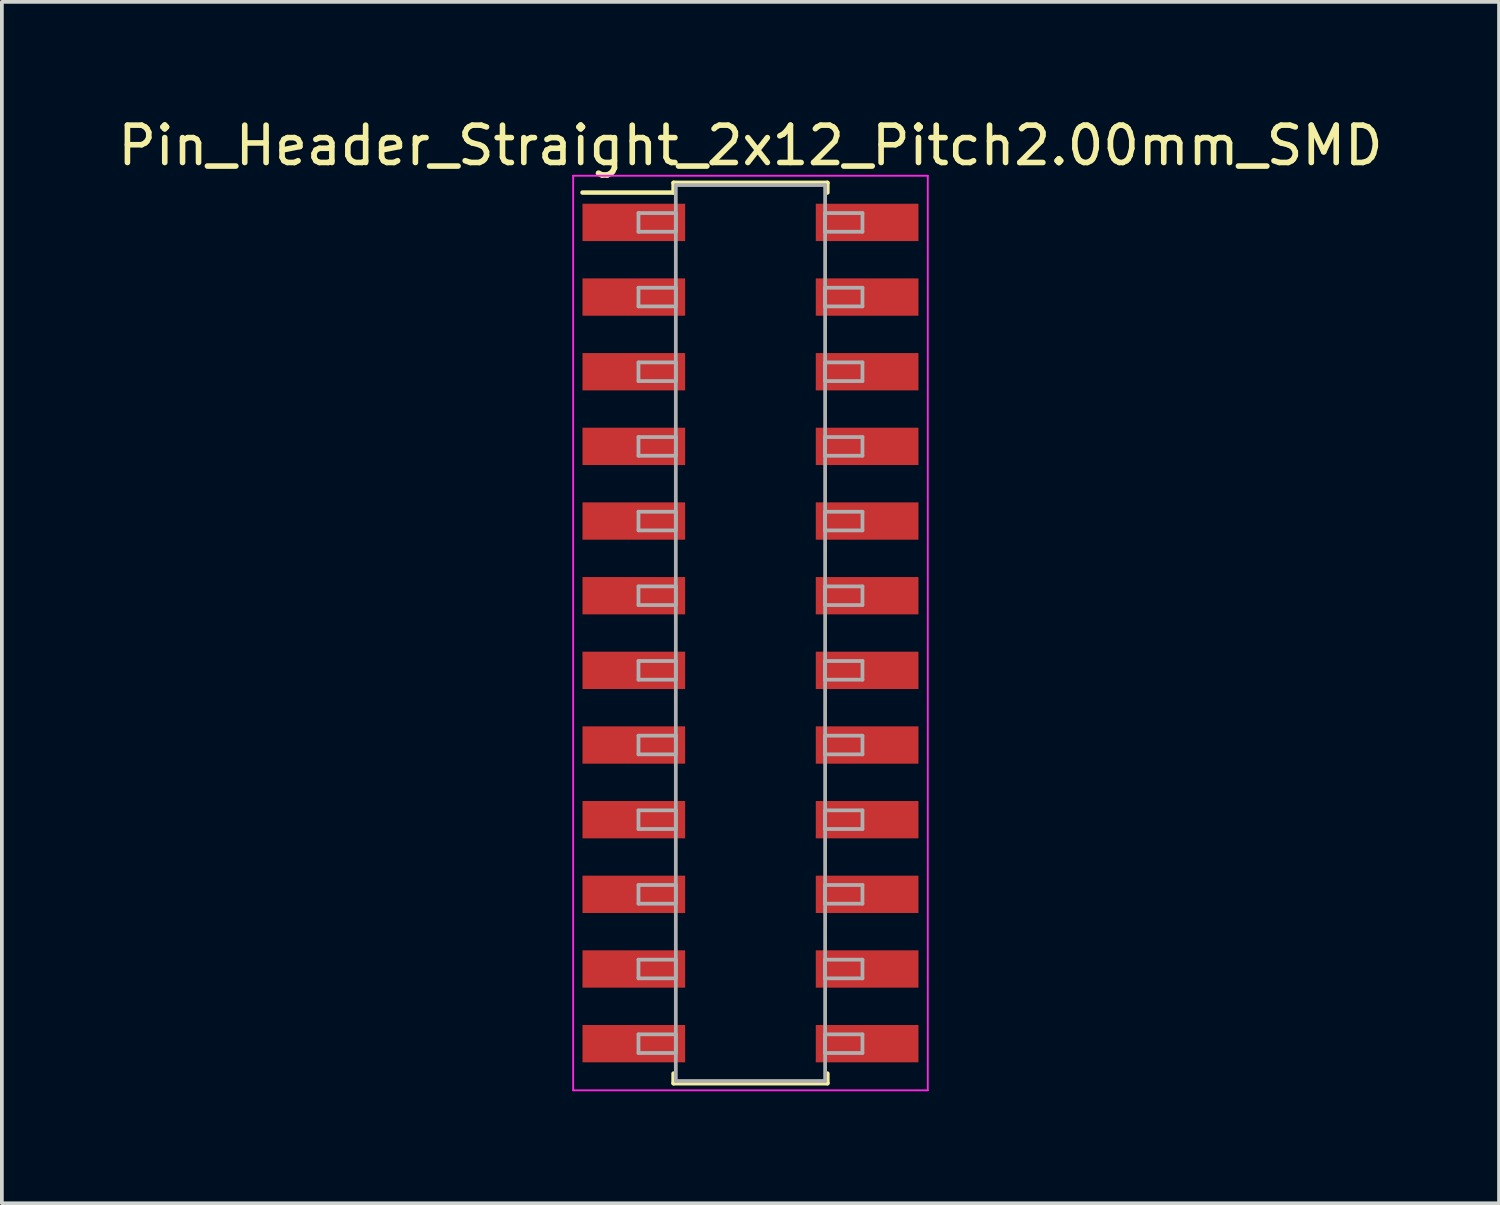
<source format=kicad_pcb>
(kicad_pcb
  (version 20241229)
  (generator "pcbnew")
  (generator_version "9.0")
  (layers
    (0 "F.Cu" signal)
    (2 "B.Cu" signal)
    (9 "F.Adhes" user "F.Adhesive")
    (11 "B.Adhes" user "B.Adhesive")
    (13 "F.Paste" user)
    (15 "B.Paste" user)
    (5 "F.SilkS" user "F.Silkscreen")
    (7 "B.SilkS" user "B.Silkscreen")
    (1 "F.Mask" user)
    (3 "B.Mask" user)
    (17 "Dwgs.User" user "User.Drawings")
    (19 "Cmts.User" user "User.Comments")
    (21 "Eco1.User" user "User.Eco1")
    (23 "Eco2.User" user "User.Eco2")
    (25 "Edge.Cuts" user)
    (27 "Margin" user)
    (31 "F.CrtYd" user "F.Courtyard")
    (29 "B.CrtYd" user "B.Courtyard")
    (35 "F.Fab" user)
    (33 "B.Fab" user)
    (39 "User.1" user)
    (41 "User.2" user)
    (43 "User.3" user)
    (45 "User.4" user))
  (footprint "Pin_Header_Straight_2x12_Pitch2.00mm_SMD"
    (layer "F.Cu")
    (at 17.054 13.908)
    (property "Reference" "Pin_Header_Straight_2x12_Pitch2.00mm_SMD" (at 0 -13.06 0) (layer "F.SilkS") (effects (font (size 1 1) (thickness 0.15))))
    (attr smd)
    (fp_line (start -4.5 -11.8) (end -2.06 -11.8) (stroke (width 0.12) (type solid)) (layer "F.SilkS"))
    (fp_line (start -2.06 -12.06) (end 2.06 -12.06) (stroke (width 0.12) (type solid)) (layer "F.SilkS"))
    (fp_line (start -2.06 -11.8) (end -2.06 -12.06) (stroke (width 0.12) (type solid)) (layer "F.SilkS"))
    (fp_line (start -2.06 11.8) (end -2.06 12.06) (stroke (width 0.12) (type solid)) (layer "F.SilkS"))
    (fp_line (start -2.06 12.06) (end 2.06 12.06) (stroke (width 0.12) (type solid)) (layer "F.SilkS"))
    (fp_line (start 2.06 -12.06) (end 2.06 -11.8) (stroke (width 0.12) (type solid)) (layer "F.SilkS"))
    (fp_line (start 2.06 12.06) (end 2.06 11.8) (stroke (width 0.12) (type solid)) (layer "F.SilkS"))
    (fp_line (start -4.75 -12.25) (end -4.75 12.25) (stroke (width 0.05) (type solid)) (layer "F.CrtYd"))
    (fp_line (start -4.75 12.25) (end 4.75 12.25) (stroke (width 0.05) (type solid)) (layer "F.CrtYd"))
    (fp_line (start 4.75 -12.25) (end -4.75 -12.25) (stroke (width 0.05) (type solid)) (layer "F.CrtYd"))
    (fp_line (start 4.75 12.25) (end 4.75 -12.25) (stroke (width 0.05) (type solid)) (layer "F.CrtYd"))
    (fp_line (start -3 -11.25) (end -2 -11.25) (stroke (width 0.1) (type solid)) (layer "F.Fab"))
    (fp_line (start -3 -10.75) (end -3 -11.25) (stroke (width 0.1) (type solid)) (layer "F.Fab"))
    (fp_line (start -3 -9.25) (end -2 -9.25) (stroke (width 0.1) (type solid)) (layer "F.Fab"))
    (fp_line (start -3 -8.75) (end -3 -9.25) (stroke (width 0.1) (type solid)) (layer "F.Fab"))
    (fp_line (start -3 -7.25) (end -2 -7.25) (stroke (width 0.1) (type solid)) (layer "F.Fab"))
    (fp_line (start -3 -6.75) (end -3 -7.25) (stroke (width 0.1) (type solid)) (layer "F.Fab"))
    (fp_line (start -3 -5.25) (end -2 -5.25) (stroke (width 0.1) (type solid)) (layer "F.Fab"))
    (fp_line (start -3 -4.75) (end -3 -5.25) (stroke (width 0.1) (type solid)) (layer "F.Fab"))
    (fp_line (start -3 -3.25) (end -2 -3.25) (stroke (width 0.1) (type solid)) (layer "F.Fab"))
    (fp_line (start -3 -2.75) (end -3 -3.25) (stroke (width 0.1) (type solid)) (layer "F.Fab"))
    (fp_line (start -3 -1.25) (end -2 -1.25) (stroke (width 0.1) (type solid)) (layer "F.Fab"))
    (fp_line (start -3 -0.75) (end -3 -1.25) (stroke (width 0.1) (type solid)) (layer "F.Fab"))
    (fp_line (start -3 0.75) (end -2 0.75) (stroke (width 0.1) (type solid)) (layer "F.Fab"))
    (fp_line (start -3 1.25) (end -3 0.75) (stroke (width 0.1) (type solid)) (layer "F.Fab"))
    (fp_line (start -3 2.75) (end -2 2.75) (stroke (width 0.1) (type solid)) (layer "F.Fab"))
    (fp_line (start -3 3.25) (end -3 2.75) (stroke (width 0.1) (type solid)) (layer "F.Fab"))
    (fp_line (start -3 4.75) (end -2 4.75) (stroke (width 0.1) (type solid)) (layer "F.Fab"))
    (fp_line (start -3 5.25) (end -3 4.75) (stroke (width 0.1) (type solid)) (layer "F.Fab"))
    (fp_line (start -3 6.75) (end -2 6.75) (stroke (width 0.1) (type solid)) (layer "F.Fab"))
    (fp_line (start -3 7.25) (end -3 6.75) (stroke (width 0.1) (type solid)) (layer "F.Fab"))
    (fp_line (start -3 8.75) (end -2 8.75) (stroke (width 0.1) (type solid)) (layer "F.Fab"))
    (fp_line (start -3 9.25) (end -3 8.75) (stroke (width 0.1) (type solid)) (layer "F.Fab"))
    (fp_line (start -3 10.75) (end -2 10.75) (stroke (width 0.1) (type solid)) (layer "F.Fab"))
    (fp_line (start -3 11.25) (end -3 10.75) (stroke (width 0.1) (type solid)) (layer "F.Fab"))
    (fp_line (start -2 -12) (end -2 12) (stroke (width 0.1) (type solid)) (layer "F.Fab"))
    (fp_line (start -2 -11.25) (end -2 -10.75) (stroke (width 0.1) (type solid)) (layer "F.Fab"))
    (fp_line (start -2 -10.75) (end -3 -10.75) (stroke (width 0.1) (type solid)) (layer "F.Fab"))
    (fp_line (start -2 -9.25) (end -2 -8.75) (stroke (width 0.1) (type solid)) (layer "F.Fab"))
    (fp_line (start -2 -8.75) (end -3 -8.75) (stroke (width 0.1) (type solid)) (layer "F.Fab"))
    (fp_line (start -2 -7.25) (end -2 -6.75) (stroke (width 0.1) (type solid)) (layer "F.Fab"))
    (fp_line (start -2 -6.75) (end -3 -6.75) (stroke (width 0.1) (type solid)) (layer "F.Fab"))
    (fp_line (start -2 -5.25) (end -2 -4.75) (stroke (width 0.1) (type solid)) (layer "F.Fab"))
    (fp_line (start -2 -4.75) (end -3 -4.75) (stroke (width 0.1) (type solid)) (layer "F.Fab"))
    (fp_line (start -2 -3.25) (end -2 -2.75) (stroke (width 0.1) (type solid)) (layer "F.Fab"))
    (fp_line (start -2 -2.75) (end -3 -2.75) (stroke (width 0.1) (type solid)) (layer "F.Fab"))
    (fp_line (start -2 -1.25) (end -2 -0.75) (stroke (width 0.1) (type solid)) (layer "F.Fab"))
    (fp_line (start -2 -0.75) (end -3 -0.75) (stroke (width 0.1) (type solid)) (layer "F.Fab"))
    (fp_line (start -2 0.75) (end -2 1.25) (stroke (width 0.1) (type solid)) (layer "F.Fab"))
    (fp_line (start -2 1.25) (end -3 1.25) (stroke (width 0.1) (type solid)) (layer "F.Fab"))
    (fp_line (start -2 2.75) (end -2 3.25) (stroke (width 0.1) (type solid)) (layer "F.Fab"))
    (fp_line (start -2 3.25) (end -3 3.25) (stroke (width 0.1) (type solid)) (layer "F.Fab"))
    (fp_line (start -2 4.75) (end -2 5.25) (stroke (width 0.1) (type solid)) (layer "F.Fab"))
    (fp_line (start -2 5.25) (end -3 5.25) (stroke (width 0.1) (type solid)) (layer "F.Fab"))
    (fp_line (start -2 6.75) (end -2 7.25) (stroke (width 0.1) (type solid)) (layer "F.Fab"))
    (fp_line (start -2 7.25) (end -3 7.25) (stroke (width 0.1) (type solid)) (layer "F.Fab"))
    (fp_line (start -2 8.75) (end -2 9.25) (stroke (width 0.1) (type solid)) (layer "F.Fab"))
    (fp_line (start -2 9.25) (end -3 9.25) (stroke (width 0.1) (type solid)) (layer "F.Fab"))
    (fp_line (start -2 10.75) (end -2 11.25) (stroke (width 0.1) (type solid)) (layer "F.Fab"))
    (fp_line (start -2 11.25) (end -3 11.25) (stroke (width 0.1) (type solid)) (layer "F.Fab"))
    (fp_line (start -2 12) (end 2 12) (stroke (width 0.1) (type solid)) (layer "F.Fab"))
    (fp_line (start 2 -12) (end -2 -12) (stroke (width 0.1) (type solid)) (layer "F.Fab"))
    (fp_line (start 2 -11.25) (end 2 -10.75) (stroke (width 0.1) (type solid)) (layer "F.Fab"))
    (fp_line (start 2 -10.75) (end 3 -10.75) (stroke (width 0.1) (type solid)) (layer "F.Fab"))
    (fp_line (start 2 -9.25) (end 2 -8.75) (stroke (width 0.1) (type solid)) (layer "F.Fab"))
    (fp_line (start 2 -8.75) (end 3 -8.75) (stroke (width 0.1) (type solid)) (layer "F.Fab"))
    (fp_line (start 2 -7.25) (end 2 -6.75) (stroke (width 0.1) (type solid)) (layer "F.Fab"))
    (fp_line (start 2 -6.75) (end 3 -6.75) (stroke (width 0.1) (type solid)) (layer "F.Fab"))
    (fp_line (start 2 -5.25) (end 2 -4.75) (stroke (width 0.1) (type solid)) (layer "F.Fab"))
    (fp_line (start 2 -4.75) (end 3 -4.75) (stroke (width 0.1) (type solid)) (layer "F.Fab"))
    (fp_line (start 2 -3.25) (end 2 -2.75) (stroke (width 0.1) (type solid)) (layer "F.Fab"))
    (fp_line (start 2 -2.75) (end 3 -2.75) (stroke (width 0.1) (type solid)) (layer "F.Fab"))
    (fp_line (start 2 -1.25) (end 2 -0.75) (stroke (width 0.1) (type solid)) (layer "F.Fab"))
    (fp_line (start 2 -0.75) (end 3 -0.75) (stroke (width 0.1) (type solid)) (layer "F.Fab"))
    (fp_line (start 2 0.75) (end 2 1.25) (stroke (width 0.1) (type solid)) (layer "F.Fab"))
    (fp_line (start 2 1.25) (end 3 1.25) (stroke (width 0.1) (type solid)) (layer "F.Fab"))
    (fp_line (start 2 2.75) (end 2 3.25) (stroke (width 0.1) (type solid)) (layer "F.Fab"))
    (fp_line (start 2 3.25) (end 3 3.25) (stroke (width 0.1) (type solid)) (layer "F.Fab"))
    (fp_line (start 2 4.75) (end 2 5.25) (stroke (width 0.1) (type solid)) (layer "F.Fab"))
    (fp_line (start 2 5.25) (end 3 5.25) (stroke (width 0.1) (type solid)) (layer "F.Fab"))
    (fp_line (start 2 6.75) (end 2 7.25) (stroke (width 0.1) (type solid)) (layer "F.Fab"))
    (fp_line (start 2 7.25) (end 3 7.25) (stroke (width 0.1) (type solid)) (layer "F.Fab"))
    (fp_line (start 2 8.75) (end 2 9.25) (stroke (width 0.1) (type solid)) (layer "F.Fab"))
    (fp_line (start 2 9.25) (end 3 9.25) (stroke (width 0.1) (type solid)) (layer "F.Fab"))
    (fp_line (start 2 10.75) (end 2 11.25) (stroke (width 0.1) (type solid)) (layer "F.Fab"))
    (fp_line (start 2 11.25) (end 3 11.25) (stroke (width 0.1) (type solid)) (layer "F.Fab"))
    (fp_line (start 2 12) (end 2 -12) (stroke (width 0.1) (type solid)) (layer "F.Fab"))
    (fp_line (start 3 -11.25) (end 2 -11.25) (stroke (width 0.1) (type solid)) (layer "F.Fab"))
    (fp_line (start 3 -10.75) (end 3 -11.25) (stroke (width 0.1) (type solid)) (layer "F.Fab"))
    (fp_line (start 3 -9.25) (end 2 -9.25) (stroke (width 0.1) (type solid)) (layer "F.Fab"))
    (fp_line (start 3 -8.75) (end 3 -9.25) (stroke (width 0.1) (type solid)) (layer "F.Fab"))
    (fp_line (start 3 -7.25) (end 2 -7.25) (stroke (width 0.1) (type solid)) (layer "F.Fab"))
    (fp_line (start 3 -6.75) (end 3 -7.25) (stroke (width 0.1) (type solid)) (layer "F.Fab"))
    (fp_line (start 3 -5.25) (end 2 -5.25) (stroke (width 0.1) (type solid)) (layer "F.Fab"))
    (fp_line (start 3 -4.75) (end 3 -5.25) (stroke (width 0.1) (type solid)) (layer "F.Fab"))
    (fp_line (start 3 -3.25) (end 2 -3.25) (stroke (width 0.1) (type solid)) (layer "F.Fab"))
    (fp_line (start 3 -2.75) (end 3 -3.25) (stroke (width 0.1) (type solid)) (layer "F.Fab"))
    (fp_line (start 3 -1.25) (end 2 -1.25) (stroke (width 0.1) (type solid)) (layer "F.Fab"))
    (fp_line (start 3 -0.75) (end 3 -1.25) (stroke (width 0.1) (type solid)) (layer "F.Fab"))
    (fp_line (start 3 0.75) (end 2 0.75) (stroke (width 0.1) (type solid)) (layer "F.Fab"))
    (fp_line (start 3 1.25) (end 3 0.75) (stroke (width 0.1) (type solid)) (layer "F.Fab"))
    (fp_line (start 3 2.75) (end 2 2.75) (stroke (width 0.1) (type solid)) (layer "F.Fab"))
    (fp_line (start 3 3.25) (end 3 2.75) (stroke (width 0.1) (type solid)) (layer "F.Fab"))
    (fp_line (start 3 4.75) (end 2 4.75) (stroke (width 0.1) (type solid)) (layer "F.Fab"))
    (fp_line (start 3 5.25) (end 3 4.75) (stroke (width 0.1) (type solid)) (layer "F.Fab"))
    (fp_line (start 3 6.75) (end 2 6.75) (stroke (width 0.1) (type solid)) (layer "F.Fab"))
    (fp_line (start 3 7.25) (end 3 6.75) (stroke (width 0.1) (type solid)) (layer "F.Fab"))
    (fp_line (start 3 8.75) (end 2 8.75) (stroke (width 0.1) (type solid)) (layer "F.Fab"))
    (fp_line (start 3 9.25) (end 3 8.75) (stroke (width 0.1) (type solid)) (layer "F.Fab"))
    (fp_line (start 3 10.75) (end 2 10.75) (stroke (width 0.1) (type solid)) (layer "F.Fab"))
    (fp_line (start 3 11.25) (end 3 10.75) (stroke (width 0.1) (type solid)) (layer "F.Fab"))
    (pad "1" smd rect (at -3.125 -11) (size 2.75 1) (layers "F.Cu" "F.Mask"))
    (pad "2" smd rect (at 3.125 -11) (size 2.75 1) (layers "F.Cu" "F.Mask"))
    (pad "3" smd rect (at -3.125 -9) (size 2.75 1) (layers "F.Cu" "F.Mask"))
    (pad "4" smd rect (at 3.125 -9) (size 2.75 1) (layers "F.Cu" "F.Mask"))
    (pad "5" smd rect (at -3.125 -7) (size 2.75 1) (layers "F.Cu" "F.Mask"))
    (pad "6" smd rect (at 3.125 -7) (size 2.75 1) (layers "F.Cu" "F.Mask"))
    (pad "7" smd rect (at -3.125 -5) (size 2.75 1) (layers "F.Cu" "F.Mask"))
    (pad "8" smd rect (at 3.125 -5) (size 2.75 1) (layers "F.Cu" "F.Mask"))
    (pad "9" smd rect (at -3.125 -3) (size 2.75 1) (layers "F.Cu" "F.Mask"))
    (pad "10" smd rect (at 3.125 -3) (size 2.75 1) (layers "F.Cu" "F.Mask"))
    (pad "11" smd rect (at -3.125 -1) (size 2.75 1) (layers "F.Cu" "F.Mask"))
    (pad "12" smd rect (at 3.125 -1) (size 2.75 1) (layers "F.Cu" "F.Mask"))
    (pad "13" smd rect (at -3.125 1) (size 2.75 1) (layers "F.Cu" "F.Mask"))
    (pad "14" smd rect (at 3.125 1) (size 2.75 1) (layers "F.Cu" "F.Mask"))
    (pad "15" smd rect (at -3.125 3) (size 2.75 1) (layers "F.Cu" "F.Mask"))
    (pad "16" smd rect (at 3.125 3) (size 2.75 1) (layers "F.Cu" "F.Mask"))
    (pad "17" smd rect (at -3.125 5) (size 2.75 1) (layers "F.Cu" "F.Mask"))
    (pad "18" smd rect (at 3.125 5) (size 2.75 1) (layers "F.Cu" "F.Mask"))
    (pad "19" smd rect (at -3.125 7) (size 2.75 1) (layers "F.Cu" "F.Mask"))
    (pad "20" smd rect (at 3.125 7) (size 2.75 1) (layers "F.Cu" "F.Mask"))
    (pad "21" smd rect (at -3.125 9) (size 2.75 1) (layers "F.Cu" "F.Mask"))
    (pad "22" smd rect (at 3.125 9) (size 2.75 1) (layers "F.Cu" "F.Mask"))
    (pad "23" smd rect (at -3.125 11) (size 2.75 1) (layers "F.Cu" "F.Mask"))
    (pad "24" smd rect (at 3.125 11) (size 2.75 1) (layers "F.Cu" "F.Mask")))
  (gr_rect
    (start -3 -3)
    (end 37.107 29.183)
    (stroke (width 0.1) (type default))
    (fill no)
    (layer "Edge.Cuts")))
</source>
